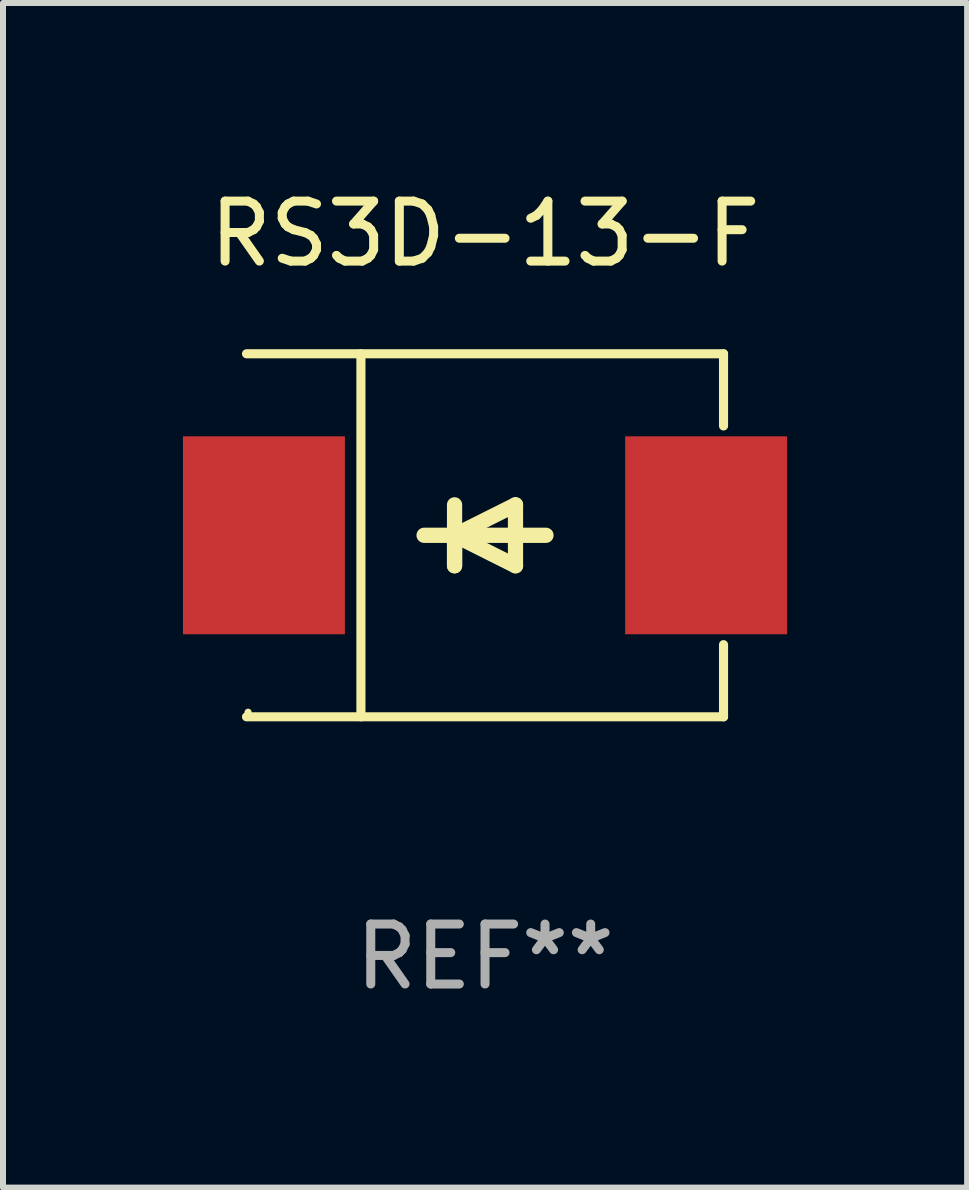
<source format=kicad_pcb>
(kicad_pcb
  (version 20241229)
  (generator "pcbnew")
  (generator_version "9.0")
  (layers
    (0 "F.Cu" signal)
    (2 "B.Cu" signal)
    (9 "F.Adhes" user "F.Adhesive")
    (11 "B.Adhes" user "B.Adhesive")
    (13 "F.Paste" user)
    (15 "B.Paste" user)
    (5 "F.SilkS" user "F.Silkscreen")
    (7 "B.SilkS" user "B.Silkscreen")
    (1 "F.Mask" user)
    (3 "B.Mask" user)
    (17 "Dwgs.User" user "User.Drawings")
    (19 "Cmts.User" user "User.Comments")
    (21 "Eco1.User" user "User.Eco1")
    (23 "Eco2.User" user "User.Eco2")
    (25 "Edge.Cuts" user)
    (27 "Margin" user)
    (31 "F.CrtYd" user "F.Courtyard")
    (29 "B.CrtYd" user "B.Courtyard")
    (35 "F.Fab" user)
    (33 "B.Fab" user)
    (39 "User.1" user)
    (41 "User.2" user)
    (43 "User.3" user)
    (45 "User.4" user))
  (footprint "RS3D-13-F"
    (layer "F.Cu")
    (at 5.036 5.874)
    (property "Reference" "RS3D-13-F" (at 0 -5.026 0) (layer "F.SilkS") (effects (font (size 1 1) (thickness 0.15))))
    (attr through_hole)
    (fp_line (start -3.976 -3.026) (end 3.976 -3.026) (stroke (width 0.152) (type solid)) (layer "F.SilkS"))
    (fp_line (start -3.976 3.026) (end 3.976 3.026) (stroke (width 0.152) (type solid)) (layer "F.SilkS"))
    (fp_line (start -2.069 -3.026) (end -2.069 3.026) (stroke (width 0.152) (type solid)) (layer "F.SilkS"))
    (fp_line (start -0.508 0) (end -0.508 0.508) (stroke (width 0.254) (type solid)) (layer "F.SilkS"))
    (fp_line (start -0.508 0) (end 0.508 0.508) (stroke (width 0.254) (type solid)) (layer "F.SilkS"))
    (fp_line (start -0.508 0.508) (end -0.508 -0.508) (stroke (width 0.254) (type solid)) (layer "F.SilkS"))
    (fp_line (start 0.508 -0.508) (end -0.508 0) (stroke (width 0.254) (type solid)) (layer "F.SilkS"))
    (fp_line (start 0.508 0.508) (end 0.508 -0.508) (stroke (width 0.254) (type solid)) (layer "F.SilkS"))
    (fp_line (start 1.016 0) (end -1.016 0) (stroke (width 0.254) (type solid)) (layer "F.SilkS"))
    (fp_line (start 3.976 -3.026) (end 3.976 -1.823) (stroke (width 0.152) (type solid)) (layer "F.SilkS"))
    (fp_line (start 3.976 3.026) (end 3.976 1.823) (stroke (width 0.152) (type solid)) (layer "F.SilkS"))
    (fp_circle (center -3.95 2.95) (end -3.92 2.95) (stroke (width 0.06) (type solid)) (fill no) (layer "F.SilkS"))
    (fp_text user "REF**" (at 0 7.026 0) (layer "F.Fab") (effects (font (size 1 1) (thickness 0.15))))
    (pad "1" smd rect (at -3.686 0) (size 2.7 3.3) (layers "F.Cu" "F.Mask" "F.Paste"))
    (pad "2" smd rect (at 3.686 0) (size 2.7 3.3) (layers "F.Cu" "F.Mask" "F.Paste")))
  (gr_rect
    (start -3 -3)
    (end 13.073 16.749)
    (stroke (width 0.1) (type default))
    (fill no)
    (layer "Edge.Cuts")))
</source>
